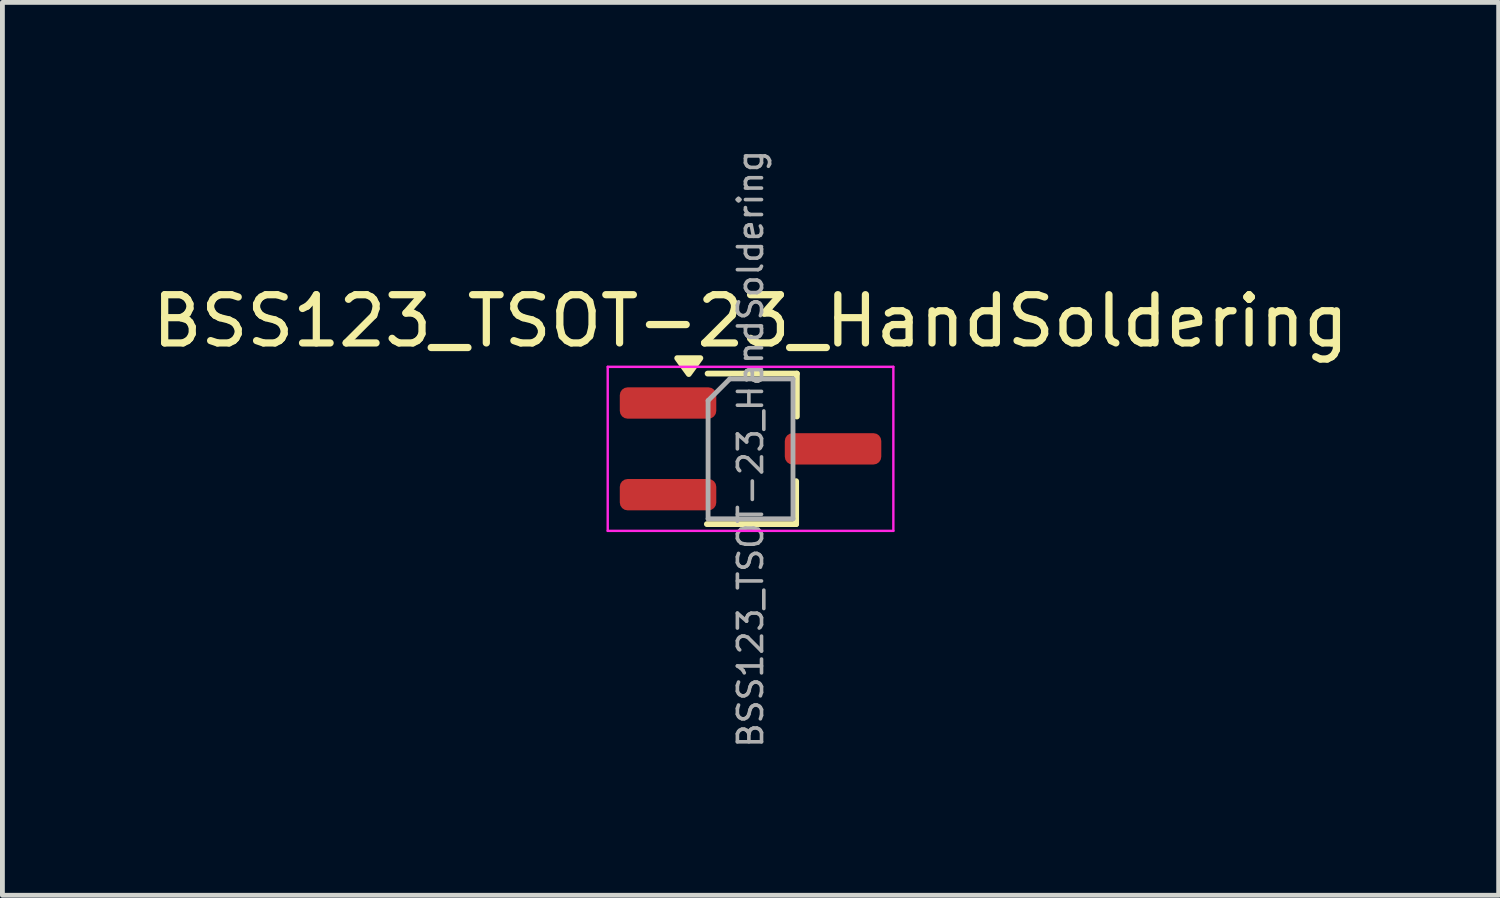
<source format=kicad_pcb>
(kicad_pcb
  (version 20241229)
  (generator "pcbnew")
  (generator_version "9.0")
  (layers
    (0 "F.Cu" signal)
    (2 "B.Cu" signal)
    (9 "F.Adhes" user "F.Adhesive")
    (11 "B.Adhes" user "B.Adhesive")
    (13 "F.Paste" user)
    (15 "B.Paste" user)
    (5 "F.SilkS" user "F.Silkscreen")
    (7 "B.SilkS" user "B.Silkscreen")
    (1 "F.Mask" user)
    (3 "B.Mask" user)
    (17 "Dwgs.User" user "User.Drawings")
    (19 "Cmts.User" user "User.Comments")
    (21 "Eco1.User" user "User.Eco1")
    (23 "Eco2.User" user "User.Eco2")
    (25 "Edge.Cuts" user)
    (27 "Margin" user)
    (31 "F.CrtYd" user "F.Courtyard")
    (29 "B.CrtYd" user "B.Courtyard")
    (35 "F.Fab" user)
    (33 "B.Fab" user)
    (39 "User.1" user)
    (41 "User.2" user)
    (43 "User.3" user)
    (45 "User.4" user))
  (footprint "BSS123_TSOT-23_HandSoldering"
    (layer "F.Cu")
    (at 12.506 6.253)
    (property "Reference" "BSS123_TSOT-23_HandSoldering" (at 0 -2.65 0) (layer "F.SilkS") (effects (font (size 1 1) (thickness 0.15))))
    (attr smd)
    (fp_line (start 0.945 0.67) (end 0.945 1.56) (stroke (width 0.12) (type solid)) (layer "F.SilkS"))
    (fp_line (start 0.945 1.56) (end -0.905 1.56) (stroke (width 0.12) (type solid)) (layer "F.SilkS"))
    (fp_line (start 0.96 -1.56) (end -0.89 -1.56) (stroke (width 0.12) (type solid)) (layer "F.SilkS"))
    (fp_line (start 0.96 -1.56) (end 0.96 -0.67) (stroke (width 0.12) (type solid)) (layer "F.SilkS"))
    (fp_poly (pts (xy -1.28 -1.55) (xy -1.52 -1.88) (xy -1.04 -1.88) (xy -1.28 -1.55)) (stroke (width 0.12) (type solid)) (fill yes) (layer "F.SilkS"))
    (fp_line (start -2.96 -1.7) (end -2.96 1.7) (stroke (width 0.05) (type solid)) (layer "F.CrtYd"))
    (fp_line (start -2.96 -1.7) (end 2.96 -1.7) (stroke (width 0.05) (type solid)) (layer "F.CrtYd"))
    (fp_line (start 2.96 1.7) (end -2.96 1.7) (stroke (width 0.05) (type solid)) (layer "F.CrtYd"))
    (fp_line (start 2.96 1.7) (end 2.96 -1.7) (stroke (width 0.05) (type solid)) (layer "F.CrtYd"))
    (fp_line (start -0.88 -1) (end -0.88 1.45) (stroke (width 0.1) (type solid)) (layer "F.Fab"))
    (fp_line (start -0.88 -1) (end -0.43 -1.45) (stroke (width 0.1) (type solid)) (layer "F.Fab"))
    (fp_line (start 0.88 -1.45) (end -0.43 -1.45) (stroke (width 0.1) (type solid)) (layer "F.Fab"))
    (fp_line (start 0.88 -1.45) (end 0.88 1.45) (stroke (width 0.1) (type solid)) (layer "F.Fab"))
    (fp_line (start 0.88 1.45) (end -0.88 1.45) (stroke (width 0.1) (type solid)) (layer "F.Fab"))
    (fp_text user "${REFERENCE}" (at 0 0 90) (layer "F.Fab") (effects (font (size 0.5 0.5) (thickness 0.075))))
    (pad "D" smd roundrect (at 1.71 0) (size 2 0.65) (layers "F.Cu" "F.Mask" "F.Paste") (roundrect_rratio 0.25))
    (pad "G" smd roundrect (at -1.71 -0.95) (size 2 0.65) (layers "F.Cu" "F.Mask" "F.Paste") (roundrect_rratio 0.25))
    (pad "S" smd roundrect (at -1.71 0.95) (size 2 0.65) (layers "F.Cu" "F.Mask" "F.Paste") (roundrect_rratio 0.25)))
  (gr_rect
    (start -3 -3)
    (end 28.012 15.506)
    (stroke (width 0.1) (type default))
    (fill no)
    (layer "Edge.Cuts")))
</source>
